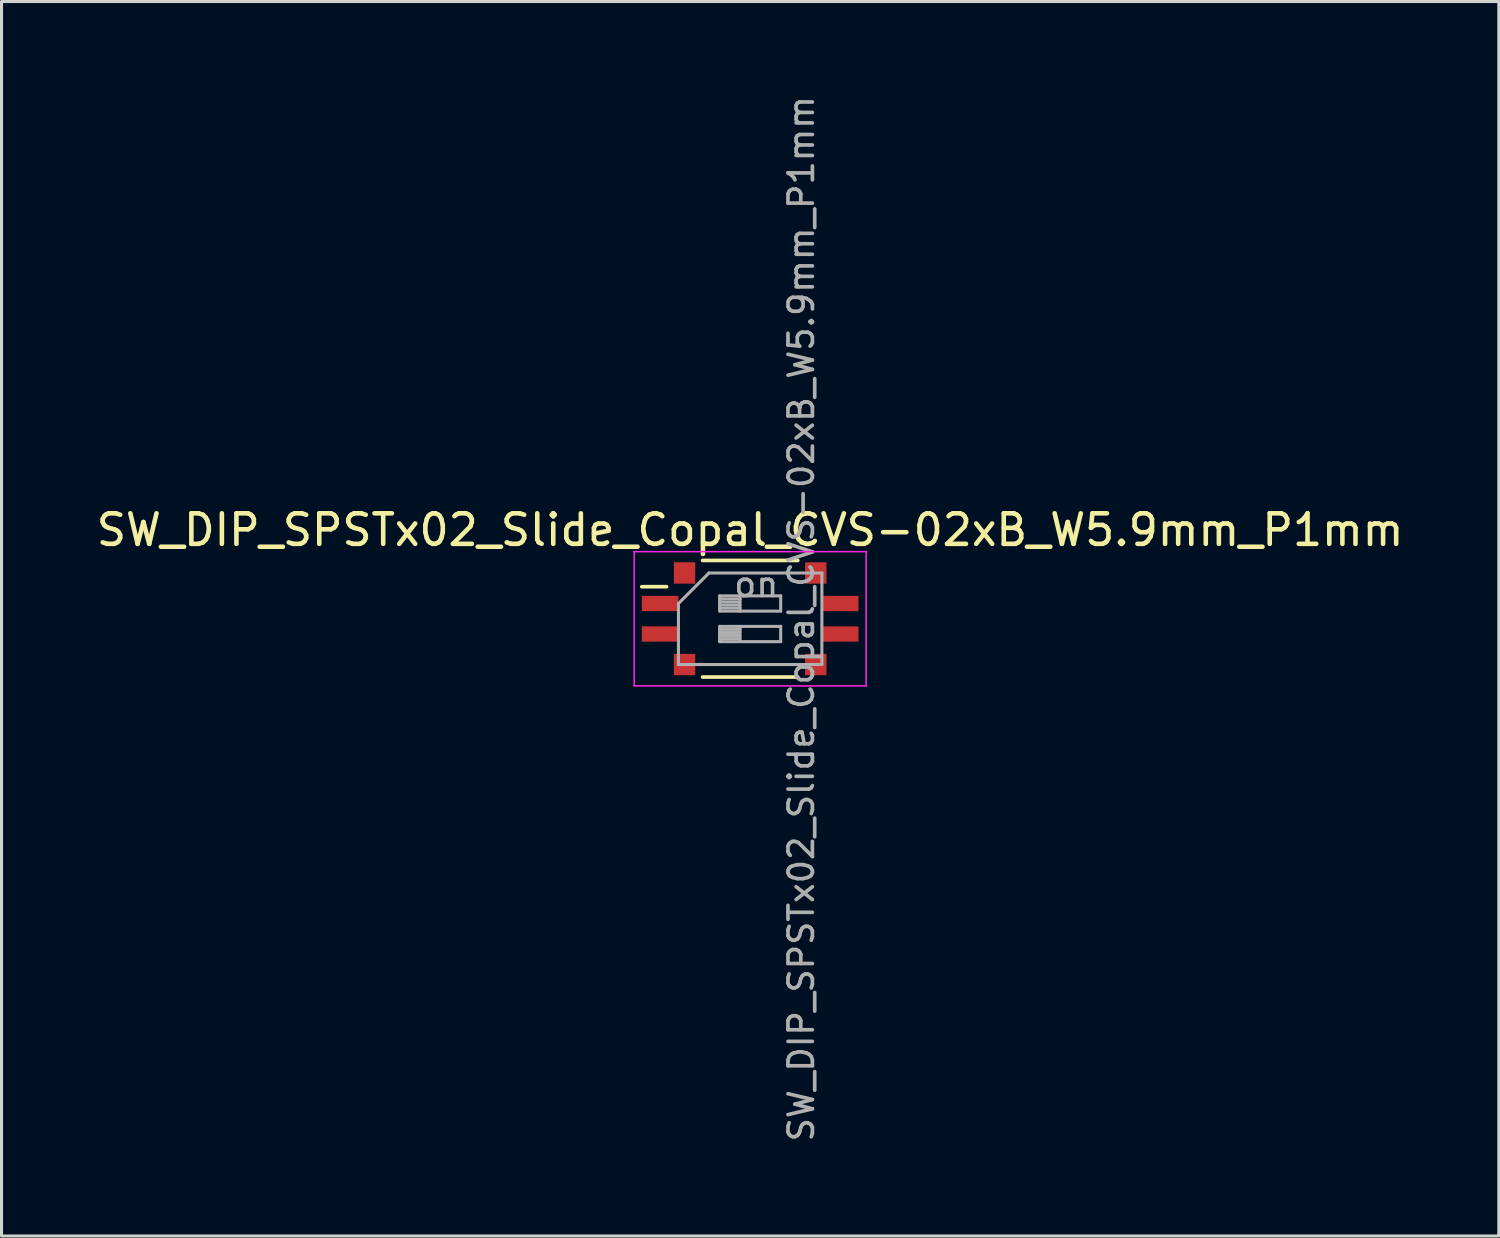
<source format=kicad_pcb>
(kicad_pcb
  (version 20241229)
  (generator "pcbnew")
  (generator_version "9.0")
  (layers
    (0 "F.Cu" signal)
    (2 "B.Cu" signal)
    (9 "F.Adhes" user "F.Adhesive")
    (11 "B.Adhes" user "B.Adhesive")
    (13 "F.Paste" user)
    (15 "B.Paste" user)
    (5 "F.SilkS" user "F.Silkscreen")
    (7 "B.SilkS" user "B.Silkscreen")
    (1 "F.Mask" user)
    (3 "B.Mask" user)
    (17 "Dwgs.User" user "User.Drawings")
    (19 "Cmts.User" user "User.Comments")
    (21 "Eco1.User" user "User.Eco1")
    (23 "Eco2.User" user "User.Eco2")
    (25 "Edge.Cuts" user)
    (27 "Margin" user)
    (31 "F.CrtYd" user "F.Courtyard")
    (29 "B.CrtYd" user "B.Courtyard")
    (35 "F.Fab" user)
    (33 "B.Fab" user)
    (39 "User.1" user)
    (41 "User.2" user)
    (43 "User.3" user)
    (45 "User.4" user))
  (footprint "SW_DIP_SPSTx02_Slide_Copal_CVS-02xB_W5.9mm_P1mm"
    (layer "F.Cu")
    (at 21.53 17.224)
    (property "Reference" "SW_DIP_SPSTx02_Slide_Copal_CVS-02xB_W5.9mm_P1mm" (at 0 -2.91 0) (layer "F.SilkS") (effects (font (size 1 1) (thickness 0.15))))
    (attr smd)
    (fp_line (start -3.55 -1.05) (end -2.739 -1.05) (stroke (width 0.12) (type solid)) (layer "F.SilkS"))
    (fp_line (start -1.56 -1.91) (end 1.561 -1.91) (stroke (width 0.12) (type solid)) (layer "F.SilkS"))
    (fp_line (start -1.56 1.91) (end 1.561 1.91) (stroke (width 0.12) (type solid)) (layer "F.SilkS"))
    (fp_line (start -3.8 -2.2) (end -3.8 2.2) (stroke (width 0.05) (type solid)) (layer "F.CrtYd"))
    (fp_line (start -3.8 2.2) (end 3.8 2.2) (stroke (width 0.05) (type solid)) (layer "F.CrtYd"))
    (fp_line (start 3.8 -2.2) (end -3.8 -2.2) (stroke (width 0.05) (type solid)) (layer "F.CrtYd"))
    (fp_line (start 3.8 2.2) (end 3.8 -2.2) (stroke (width 0.05) (type solid)) (layer "F.CrtYd"))
    (fp_line (start -2.35 -0.5) (end -1.35 -1.5) (stroke (width 0.1) (type solid)) (layer "F.Fab"))
    (fp_line (start -2.35 1.5) (end -2.35 -0.5) (stroke (width 0.1) (type solid)) (layer "F.Fab"))
    (fp_line (start -1.35 -1.5) (end 2.35 -1.5) (stroke (width 0.1) (type solid)) (layer "F.Fab"))
    (fp_line (start -1 -0.75) (end -1 -0.25) (stroke (width 0.1) (type solid)) (layer "F.Fab"))
    (fp_line (start -1 -0.65) (end -0.333 -0.65) (stroke (width 0.1) (type solid)) (layer "F.Fab"))
    (fp_line (start -1 -0.55) (end -0.333 -0.55) (stroke (width 0.1) (type solid)) (layer "F.Fab"))
    (fp_line (start -1 -0.45) (end -0.333 -0.45) (stroke (width 0.1) (type solid)) (layer "F.Fab"))
    (fp_line (start -1 -0.35) (end -0.333 -0.35) (stroke (width 0.1) (type solid)) (layer "F.Fab"))
    (fp_line (start -1 -0.25) (end 1 -0.25) (stroke (width 0.1) (type solid)) (layer "F.Fab"))
    (fp_line (start -1 0.25) (end -1 0.75) (stroke (width 0.1) (type solid)) (layer "F.Fab"))
    (fp_line (start -1 0.35) (end -0.333 0.35) (stroke (width 0.1) (type solid)) (layer "F.Fab"))
    (fp_line (start -1 0.45) (end -0.333 0.45) (stroke (width 0.1) (type solid)) (layer "F.Fab"))
    (fp_line (start -1 0.55) (end -0.333 0.55) (stroke (width 0.1) (type solid)) (layer "F.Fab"))
    (fp_line (start -1 0.65) (end -0.333 0.65) (stroke (width 0.1) (type solid)) (layer "F.Fab"))
    (fp_line (start -1 0.75) (end 1 0.75) (stroke (width 0.1) (type solid)) (layer "F.Fab"))
    (fp_line (start -0.333 -0.75) (end -0.333 -0.25) (stroke (width 0.1) (type solid)) (layer "F.Fab"))
    (fp_line (start -0.333 0.25) (end -0.333 0.75) (stroke (width 0.1) (type solid)) (layer "F.Fab"))
    (fp_line (start 1 -0.75) (end -1 -0.75) (stroke (width 0.1) (type solid)) (layer "F.Fab"))
    (fp_line (start 1 -0.25) (end 1 -0.75) (stroke (width 0.1) (type solid)) (layer "F.Fab"))
    (fp_line (start 1 0.25) (end -1 0.25) (stroke (width 0.1) (type solid)) (layer "F.Fab"))
    (fp_line (start 1 0.75) (end 1 0.25) (stroke (width 0.1) (type solid)) (layer "F.Fab"))
    (fp_line (start 2.35 -1.5) (end 2.35 1.5) (stroke (width 0.1) (type solid)) (layer "F.Fab"))
    (fp_line (start 2.35 1.5) (end -2.35 1.5) (stroke (width 0.1) (type solid)) (layer "F.Fab"))
    (fp_text user "on" (at 0.2 -1.125 0) (layer "F.Fab") (effects (font (size 0.8 0.8) (thickness 0.12))))
    (fp_text user "${REFERENCE}" (at 1.675 0 90) (layer "F.Fab") (effects (font (size 0.8 0.8) (thickness 0.12))))
    (pad "1" smd rect (at -2.95 -0.5) (size 1.2 0.5) (layers "F.Cu" "F.Mask" "F.Paste"))
    (pad "2" smd rect (at -2.95 0.5) (size 1.2 0.5) (layers "F.Cu" "F.Mask" "F.Paste"))
    (pad "3" smd rect (at 2.95 0.5) (size 1.2 0.5) (layers "F.Cu" "F.Mask" "F.Paste"))
    (pad "4" smd rect (at 2.95 -0.5) (size 1.2 0.5) (layers "F.Cu" "F.Mask" "F.Paste"))
    (pad "5" smd rect (at -2.15 -1.5) (size 0.7 0.7) (layers "F.Cu" "F.Mask" "F.Paste"))
    (pad "5" smd rect (at -2.15 1.5) (size 0.7 0.7) (layers "F.Cu" "F.Mask" "F.Paste"))
    (pad "5" smd rect (at 2.15 -1.5) (size 0.7 0.7) (layers "F.Cu" "F.Mask" "F.Paste"))
    (pad "5" smd rect (at 2.15 1.5) (size 0.7 0.7) (layers "F.Cu" "F.Mask" "F.Paste")))
  (gr_rect
    (start -3 -3)
    (end 46.06 37.448)
    (stroke (width 0.1) (type default))
    (fill no)
    (layer "Edge.Cuts")))
</source>
